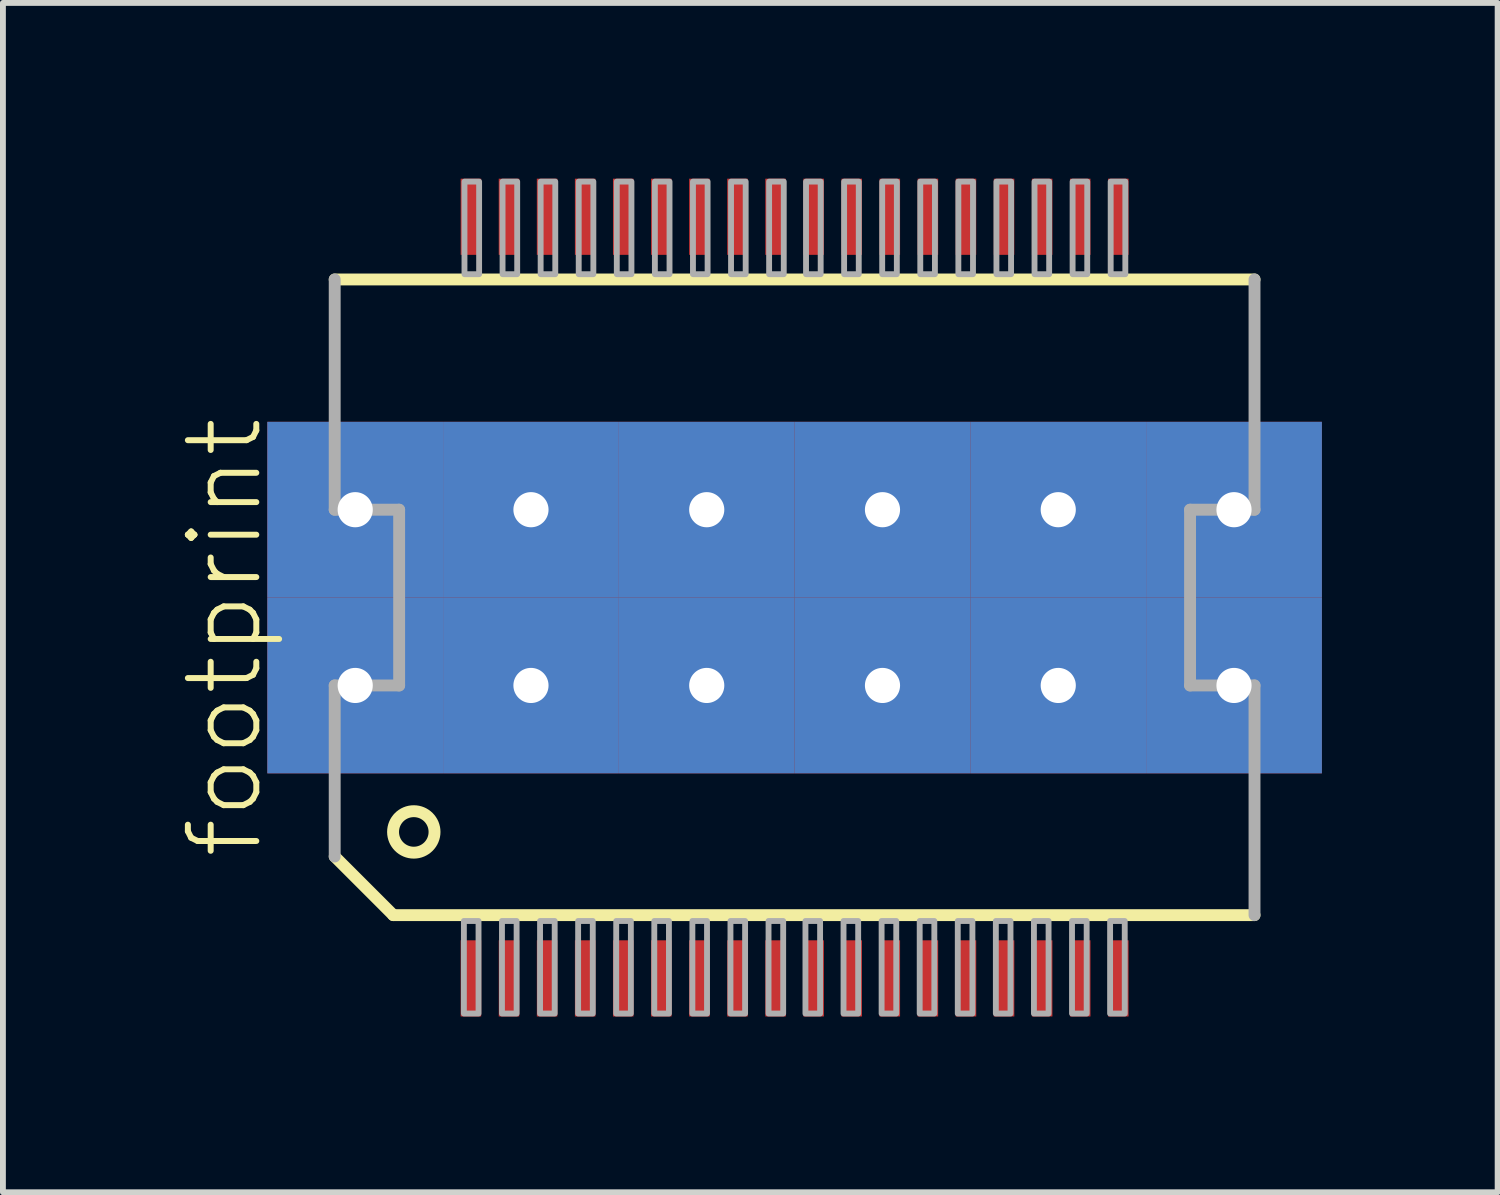
<source format=kicad_pcb>
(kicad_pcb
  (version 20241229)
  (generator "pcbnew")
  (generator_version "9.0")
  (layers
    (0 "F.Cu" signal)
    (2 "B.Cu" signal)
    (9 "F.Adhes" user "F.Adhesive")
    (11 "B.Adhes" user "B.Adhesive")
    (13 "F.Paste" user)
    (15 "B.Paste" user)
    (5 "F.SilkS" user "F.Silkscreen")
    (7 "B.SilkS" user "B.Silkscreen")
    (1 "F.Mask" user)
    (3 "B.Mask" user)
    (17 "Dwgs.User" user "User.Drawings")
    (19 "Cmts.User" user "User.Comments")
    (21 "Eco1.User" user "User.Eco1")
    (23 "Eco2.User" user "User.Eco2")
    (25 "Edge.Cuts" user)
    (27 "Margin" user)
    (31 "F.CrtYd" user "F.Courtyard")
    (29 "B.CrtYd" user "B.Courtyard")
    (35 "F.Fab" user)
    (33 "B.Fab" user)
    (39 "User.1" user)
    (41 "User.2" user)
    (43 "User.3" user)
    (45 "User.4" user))
  (footprint "footprint"
    (layer "F.Cu")
    (at 10.513 7.15)
    (property "Reference" "footprint" (at -9.04 4.5 90) (layer "F.SilkS") (effects (font (size 1.168 1.168) (thickness 0.102)) (justify left bottom)))
    (fp_poly (pts (xy -9 -1.25) (xy 9 -1.25) (xy 9 -3) (xy -9 -3)) (stroke (width 0) (type solid)) (fill yes) (layer "F.Mask"))
    (fp_poly (pts (xy -9 3) (xy 9 3) (xy 9 1.25) (xy -9 1.25)) (stroke (width 0) (type solid)) (fill yes) (layer "F.Mask"))
    (fp_poly (pts (xy -8 1.25) (xy 8 1.25) (xy 8 -1.25) (xy -8 -1.25)) (stroke (width 0) (type solid)) (fill yes) (layer "F.Mask"))
    (fp_line (start -7.85 -5.43) (end 7.85 -5.43) (stroke (width 0.203) (type solid)) (layer "F.SilkS"))
    (fp_line (start -6.85 5.42) (end -7.85 4.42) (stroke (width 0.203) (type solid)) (layer "F.SilkS"))
    (fp_line (start 7.85 5.42) (end -6.85 5.42) (stroke (width 0.203) (type solid)) (layer "F.SilkS"))
    (fp_circle (center -6.5 4) (end -6.146 4) (stroke (width 0.203) (type solid)) (fill no) (layer "F.SilkS"))
    (fp_poly (pts (xy -7.5 -1.25) (xy 7.5 -1.25) (xy 7.5 -2.5) (xy -7.5 -2.5)) (stroke (width 0) (type solid)) (fill yes) (layer "F.Paste"))
    (fp_poly (pts (xy -7.5 2.5) (xy 7.5 2.5) (xy 7.5 1.25) (xy -7.5 1.25)) (stroke (width 0) (type solid)) (fill yes) (layer "F.Paste"))
    (fp_poly (pts (xy -6.75 1.5) (xy 7 1.5) (xy 7 -1.5) (xy -6.75 -1.5)) (stroke (width 0) (type solid)) (fill yes) (layer "F.Paste"))
    (fp_line (start -7.85 -1.5) (end -7.85 -5.43) (stroke (width 0.203) (type solid)) (layer "F.Fab"))
    (fp_line (start -7.85 1.5) (end -6.75 1.5) (stroke (width 0.203) (type solid)) (layer "F.Fab"))
    (fp_line (start -7.85 4.42) (end -7.85 1.5) (stroke (width 0.203) (type solid)) (layer "F.Fab"))
    (fp_line (start -6.75 -1.5) (end -7.85 -1.5) (stroke (width 0.203) (type solid)) (layer "F.Fab"))
    (fp_line (start -6.75 1.5) (end -6.75 -1.5) (stroke (width 0.203) (type solid)) (layer "F.Fab"))
    (fp_line (start 6.75 -1.5) (end 6.75 1.5) (stroke (width 0.203) (type solid)) (layer "F.Fab"))
    (fp_line (start 6.75 1.5) (end 7.85 1.5) (stroke (width 0.203) (type solid)) (layer "F.Fab"))
    (fp_line (start 7.85 -5.43) (end 7.85 -1.5) (stroke (width 0.203) (type solid)) (layer "F.Fab"))
    (fp_line (start 7.85 -1.5) (end 6.75 -1.5) (stroke (width 0.203) (type solid)) (layer "F.Fab"))
    (fp_line (start 7.85 1.5) (end 7.85 5.42) (stroke (width 0.203) (type solid)) (layer "F.Fab"))
    (fp_poly (pts (xy -5.645 7.1) (xy -5.395 7.1) (xy -5.395 5.52) (xy -5.645 5.52)) (stroke (width 0.1) (type solid)) (fill no) (layer "F.Fab"))
    (fp_poly (pts (xy -5.385 -7.1) (xy -5.635 -7.1) (xy -5.635 -5.52) (xy -5.385 -5.52)) (stroke (width 0.1) (type solid)) (fill no) (layer "F.Fab"))
    (fp_poly (pts (xy -4.995 7.1) (xy -4.745 7.1) (xy -4.745 5.52) (xy -4.995 5.52)) (stroke (width 0.1) (type solid)) (fill no) (layer "F.Fab"))
    (fp_poly (pts (xy -4.735 -7.1) (xy -4.985 -7.1) (xy -4.985 -5.52) (xy -4.735 -5.52)) (stroke (width 0.1) (type solid)) (fill no) (layer "F.Fab"))
    (fp_poly (pts (xy -4.345 7.1) (xy -4.095 7.1) (xy -4.095 5.52) (xy -4.345 5.52)) (stroke (width 0.1) (type solid)) (fill no) (layer "F.Fab"))
    (fp_poly (pts (xy -4.085 -7.1) (xy -4.335 -7.1) (xy -4.335 -5.52) (xy -4.085 -5.52)) (stroke (width 0.1) (type solid)) (fill no) (layer "F.Fab"))
    (fp_poly (pts (xy -3.695 7.1) (xy -3.445 7.1) (xy -3.445 5.52) (xy -3.695 5.52)) (stroke (width 0.1) (type solid)) (fill no) (layer "F.Fab"))
    (fp_poly (pts (xy -3.435 -7.1) (xy -3.685 -7.1) (xy -3.685 -5.52) (xy -3.435 -5.52)) (stroke (width 0.1) (type solid)) (fill no) (layer "F.Fab"))
    (fp_poly (pts (xy -3.045 7.1) (xy -2.795 7.1) (xy -2.795 5.52) (xy -3.045 5.52)) (stroke (width 0.1) (type solid)) (fill no) (layer "F.Fab"))
    (fp_poly (pts (xy -2.785 -7.1) (xy -3.035 -7.1) (xy -3.035 -5.52) (xy -2.785 -5.52)) (stroke (width 0.1) (type solid)) (fill no) (layer "F.Fab"))
    (fp_poly (pts (xy -2.395 7.1) (xy -2.145 7.1) (xy -2.145 5.52) (xy -2.395 5.52)) (stroke (width 0.1) (type solid)) (fill no) (layer "F.Fab"))
    (fp_poly (pts (xy -2.135 -7.1) (xy -2.385 -7.1) (xy -2.385 -5.52) (xy -2.135 -5.52)) (stroke (width 0.1) (type solid)) (fill no) (layer "F.Fab"))
    (fp_poly (pts (xy -1.745 7.1) (xy -1.495 7.1) (xy -1.495 5.52) (xy -1.745 5.52)) (stroke (width 0.1) (type solid)) (fill no) (layer "F.Fab"))
    (fp_poly (pts (xy -1.485 -7.1) (xy -1.735 -7.1) (xy -1.735 -5.52) (xy -1.485 -5.52)) (stroke (width 0.1) (type solid)) (fill no) (layer "F.Fab"))
    (fp_poly (pts (xy -1.095 7.1) (xy -0.845 7.1) (xy -0.845 5.52) (xy -1.095 5.52)) (stroke (width 0.1) (type solid)) (fill no) (layer "F.Fab"))
    (fp_poly (pts (xy -0.835 -7.1) (xy -1.085 -7.1) (xy -1.085 -5.52) (xy -0.835 -5.52)) (stroke (width 0.1) (type solid)) (fill no) (layer "F.Fab"))
    (fp_poly (pts (xy -0.445 7.1) (xy -0.195 7.1) (xy -0.195 5.52) (xy -0.445 5.52)) (stroke (width 0.1) (type solid)) (fill no) (layer "F.Fab"))
    (fp_poly (pts (xy -0.185 -7.1) (xy -0.435 -7.1) (xy -0.435 -5.52) (xy -0.185 -5.52)) (stroke (width 0.1) (type solid)) (fill no) (layer "F.Fab"))
    (fp_poly (pts (xy 0.185 7.1) (xy 0.435 7.1) (xy 0.435 5.52) (xy 0.185 5.52)) (stroke (width 0.1) (type solid)) (fill no) (layer "F.Fab"))
    (fp_poly (pts (xy 0.445 -7.1) (xy 0.195 -7.1) (xy 0.195 -5.52) (xy 0.445 -5.52)) (stroke (width 0.1) (type solid)) (fill no) (layer "F.Fab"))
    (fp_poly (pts (xy 0.835 7.1) (xy 1.085 7.1) (xy 1.085 5.52) (xy 0.835 5.52)) (stroke (width 0.1) (type solid)) (fill no) (layer "F.Fab"))
    (fp_poly (pts (xy 1.095 -7.1) (xy 0.845 -7.1) (xy 0.845 -5.52) (xy 1.095 -5.52)) (stroke (width 0.1) (type solid)) (fill no) (layer "F.Fab"))
    (fp_poly (pts (xy 1.485 7.1) (xy 1.735 7.1) (xy 1.735 5.52) (xy 1.485 5.52)) (stroke (width 0.1) (type solid)) (fill no) (layer "F.Fab"))
    (fp_poly (pts (xy 1.745 -7.1) (xy 1.495 -7.1) (xy 1.495 -5.52) (xy 1.745 -5.52)) (stroke (width 0.1) (type solid)) (fill no) (layer "F.Fab"))
    (fp_poly (pts (xy 2.135 7.1) (xy 2.385 7.1) (xy 2.385 5.52) (xy 2.135 5.52)) (stroke (width 0.1) (type solid)) (fill no) (layer "F.Fab"))
    (fp_poly (pts (xy 2.395 -7.1) (xy 2.145 -7.1) (xy 2.145 -5.52) (xy 2.395 -5.52)) (stroke (width 0.1) (type solid)) (fill no) (layer "F.Fab"))
    (fp_poly (pts (xy 2.785 7.1) (xy 3.035 7.1) (xy 3.035 5.52) (xy 2.785 5.52)) (stroke (width 0.1) (type solid)) (fill no) (layer "F.Fab"))
    (fp_poly (pts (xy 3.045 -7.1) (xy 2.795 -7.1) (xy 2.795 -5.52) (xy 3.045 -5.52)) (stroke (width 0.1) (type solid)) (fill no) (layer "F.Fab"))
    (fp_poly (pts (xy 3.435 7.1) (xy 3.685 7.1) (xy 3.685 5.52) (xy 3.435 5.52)) (stroke (width 0.1) (type solid)) (fill no) (layer "F.Fab"))
    (fp_poly (pts (xy 3.695 -7.1) (xy 3.445 -7.1) (xy 3.445 -5.52) (xy 3.695 -5.52)) (stroke (width 0.1) (type solid)) (fill no) (layer "F.Fab"))
    (fp_poly (pts (xy 4.085 7.1) (xy 4.335 7.1) (xy 4.335 5.52) (xy 4.085 5.52)) (stroke (width 0.1) (type solid)) (fill no) (layer "F.Fab"))
    (fp_poly (pts (xy 4.345 -7.1) (xy 4.095 -7.1) (xy 4.095 -5.52) (xy 4.345 -5.52)) (stroke (width 0.1) (type solid)) (fill no) (layer "F.Fab"))
    (fp_poly (pts (xy 4.735 7.1) (xy 4.985 7.1) (xy 4.985 5.52) (xy 4.735 5.52)) (stroke (width 0.1) (type solid)) (fill no) (layer "F.Fab"))
    (fp_poly (pts (xy 4.995 -7.1) (xy 4.745 -7.1) (xy 4.745 -5.52) (xy 4.995 -5.52)) (stroke (width 0.1) (type solid)) (fill no) (layer "F.Fab"))
    (fp_poly (pts (xy 5.385 7.1) (xy 5.635 7.1) (xy 5.635 5.52) (xy 5.385 5.52)) (stroke (width 0.1) (type solid)) (fill no) (layer "F.Fab"))
    (fp_poly (pts (xy 5.645 -7.1) (xy 5.395 -7.1) (xy 5.395 -5.52) (xy 5.645 -5.52)) (stroke (width 0.1) (type solid)) (fill no) (layer "F.Fab"))
    (pad "1" smd rect (at -5.525 6.5) (size 0.35 1.3) (layers "F.Cu" "F.Mask" "F.Paste"))
    (pad "2" smd rect (at -4.875 6.5) (size 0.35 1.3) (layers "F.Cu" "F.Mask" "F.Paste"))
    (pad "3" smd rect (at -4.225 6.5) (size 0.35 1.3) (layers "F.Cu" "F.Mask" "F.Paste"))
    (pad "4" smd rect (at -3.575 6.5) (size 0.35 1.3) (layers "F.Cu" "F.Mask" "F.Paste"))
    (pad "5" smd rect (at -2.925 6.5) (size 0.35 1.3) (layers "F.Cu" "F.Mask" "F.Paste"))
    (pad "6" smd rect (at -2.275 6.5) (size 0.35 1.3) (layers "F.Cu" "F.Mask" "F.Paste"))
    (pad "7" smd rect (at -1.625 6.5) (size 0.35 1.3) (layers "F.Cu" "F.Mask" "F.Paste"))
    (pad "8" smd rect (at -0.975 6.5) (size 0.35 1.3) (layers "F.Cu" "F.Mask" "F.Paste"))
    (pad "9" smd rect (at -0.325 6.5) (size 0.35 1.3) (layers "F.Cu" "F.Mask" "F.Paste"))
    (pad "10" smd rect (at 0.325 6.5) (size 0.35 1.3) (layers "F.Cu" "F.Mask" "F.Paste"))
    (pad "11" smd rect (at 0.975 6.5) (size 0.35 1.3) (layers "F.Cu" "F.Mask" "F.Paste"))
    (pad "12" smd rect (at 1.625 6.5) (size 0.35 1.3) (layers "F.Cu" "F.Mask" "F.Paste"))
    (pad "13" smd rect (at 2.275 6.5) (size 0.35 1.3) (layers "F.Cu" "F.Mask" "F.Paste"))
    (pad "14" smd rect (at 2.925 6.5) (size 0.35 1.3) (layers "F.Cu" "F.Mask" "F.Paste"))
    (pad "15" smd rect (at 3.575 6.5) (size 0.35 1.3) (layers "F.Cu" "F.Mask" "F.Paste"))
    (pad "16" smd rect (at 4.225 6.5) (size 0.35 1.3) (layers "F.Cu" "F.Mask" "F.Paste"))
    (pad "17" smd rect (at 4.875 6.5) (size 0.35 1.3) (layers "F.Cu" "F.Mask" "F.Paste"))
    (pad "18" smd rect (at 5.525 6.5) (size 0.35 1.3) (layers "F.Cu" "F.Mask" "F.Paste"))
    (pad "19" smd rect (at 5.525 -6.5 180) (size 0.35 1.3) (layers "F.Cu" "F.Mask" "F.Paste"))
    (pad "20" smd rect (at 4.875 -6.5 180) (size 0.35 1.3) (layers "F.Cu" "F.Mask" "F.Paste"))
    (pad "21" smd rect (at 4.225 -6.5 180) (size 0.35 1.3) (layers "F.Cu" "F.Mask" "F.Paste"))
    (pad "22" smd rect (at 3.575 -6.5 180) (size 0.35 1.3) (layers "F.Cu" "F.Mask" "F.Paste"))
    (pad "23" smd rect (at 2.925 -6.5 180) (size 0.35 1.3) (layers "F.Cu" "F.Mask" "F.Paste"))
    (pad "24" smd rect (at 2.275 -6.5 180) (size 0.35 1.3) (layers "F.Cu" "F.Mask" "F.Paste"))
    (pad "25" smd rect (at 1.625 -6.5 180) (size 0.35 1.3) (layers "F.Cu" "F.Mask" "F.Paste"))
    (pad "26" smd rect (at 0.975 -6.5 180) (size 0.35 1.3) (layers "F.Cu" "F.Mask" "F.Paste"))
    (pad "27" smd rect (at 0.325 -6.5 180) (size 0.35 1.3) (layers "F.Cu" "F.Mask" "F.Paste"))
    (pad "28" smd rect (at -0.325 -6.5 180) (size 0.35 1.3) (layers "F.Cu" "F.Mask" "F.Paste"))
    (pad "29" smd rect (at -0.975 -6.5 180) (size 0.35 1.3) (layers "F.Cu" "F.Mask" "F.Paste"))
    (pad "30" smd rect (at -1.625 -6.5 180) (size 0.35 1.3) (layers "F.Cu" "F.Mask" "F.Paste"))
    (pad "31" smd rect (at -2.275 -6.5 180) (size 0.35 1.3) (layers "F.Cu" "F.Mask" "F.Paste"))
    (pad "32" smd rect (at -2.925 -6.5 180) (size 0.35 1.3) (layers "F.Cu" "F.Mask" "F.Paste"))
    (pad "33" smd rect (at -3.575 -6.5 180) (size 0.35 1.3) (layers "F.Cu" "F.Mask" "F.Paste"))
    (pad "34" smd rect (at -4.225 -6.5 180) (size 0.35 1.3) (layers "F.Cu" "F.Mask" "F.Paste"))
    (pad "35" smd rect (at -4.875 -6.5 180) (size 0.35 1.3) (layers "F.Cu" "F.Mask" "F.Paste"))
    (pad "36" smd rect (at -5.525 -6.5 180) (size 0.35 1.3) (layers "F.Cu" "F.Mask" "F.Paste"))
    (pad "TH@1" thru_hole rect (at -7.5 -1.5) (size 3 3) (drill 0.6) (layers "*.Cu"))
    (pad "TH@2" thru_hole rect (at -4.5 -1.5) (size 3 3) (drill 0.6) (layers "*.Cu"))
    (pad "TH@3" thru_hole rect (at -1.5 -1.5) (size 3 3) (drill 0.6) (layers "*.Cu"))
    (pad "TH@4" thru_hole rect (at 1.5 -1.5) (size 3 3) (drill 0.6) (layers "*.Cu"))
    (pad "TH@5" thru_hole rect (at 4.5 -1.5) (size 3 3) (drill 0.6) (layers "*.Cu"))
    (pad "TH@6" thru_hole rect (at 7.5 -1.5) (size 3 3) (drill 0.6) (layers "*.Cu"))
    (pad "TH@7" thru_hole rect (at -7.5 1.5) (size 3 3) (drill 0.6) (layers "*.Cu"))
    (pad "TH@8" thru_hole rect (at -4.5 1.5) (size 3 3) (drill 0.6) (layers "*.Cu"))
    (pad "TH@9" thru_hole rect (at -1.5 1.5) (size 3 3) (drill 0.6) (layers "*.Cu"))
    (pad "TH@10" thru_hole rect (at 1.5 1.5) (size 3 3) (drill 0.6) (layers "*.Cu"))
    (pad "TH@11" thru_hole rect (at 4.5 1.5) (size 3 3) (drill 0.6) (layers "*.Cu"))
    (pad "TH@12" thru_hole rect (at 7.5 1.5) (size 3 3) (drill 0.6) (layers "*.Cu")))
  (gr_rect
    (start -3 -3)
    (end 22.513 17.3)
    (stroke (width 0.1) (type default))
    (fill no)
    (layer "Edge.Cuts")))
</source>
